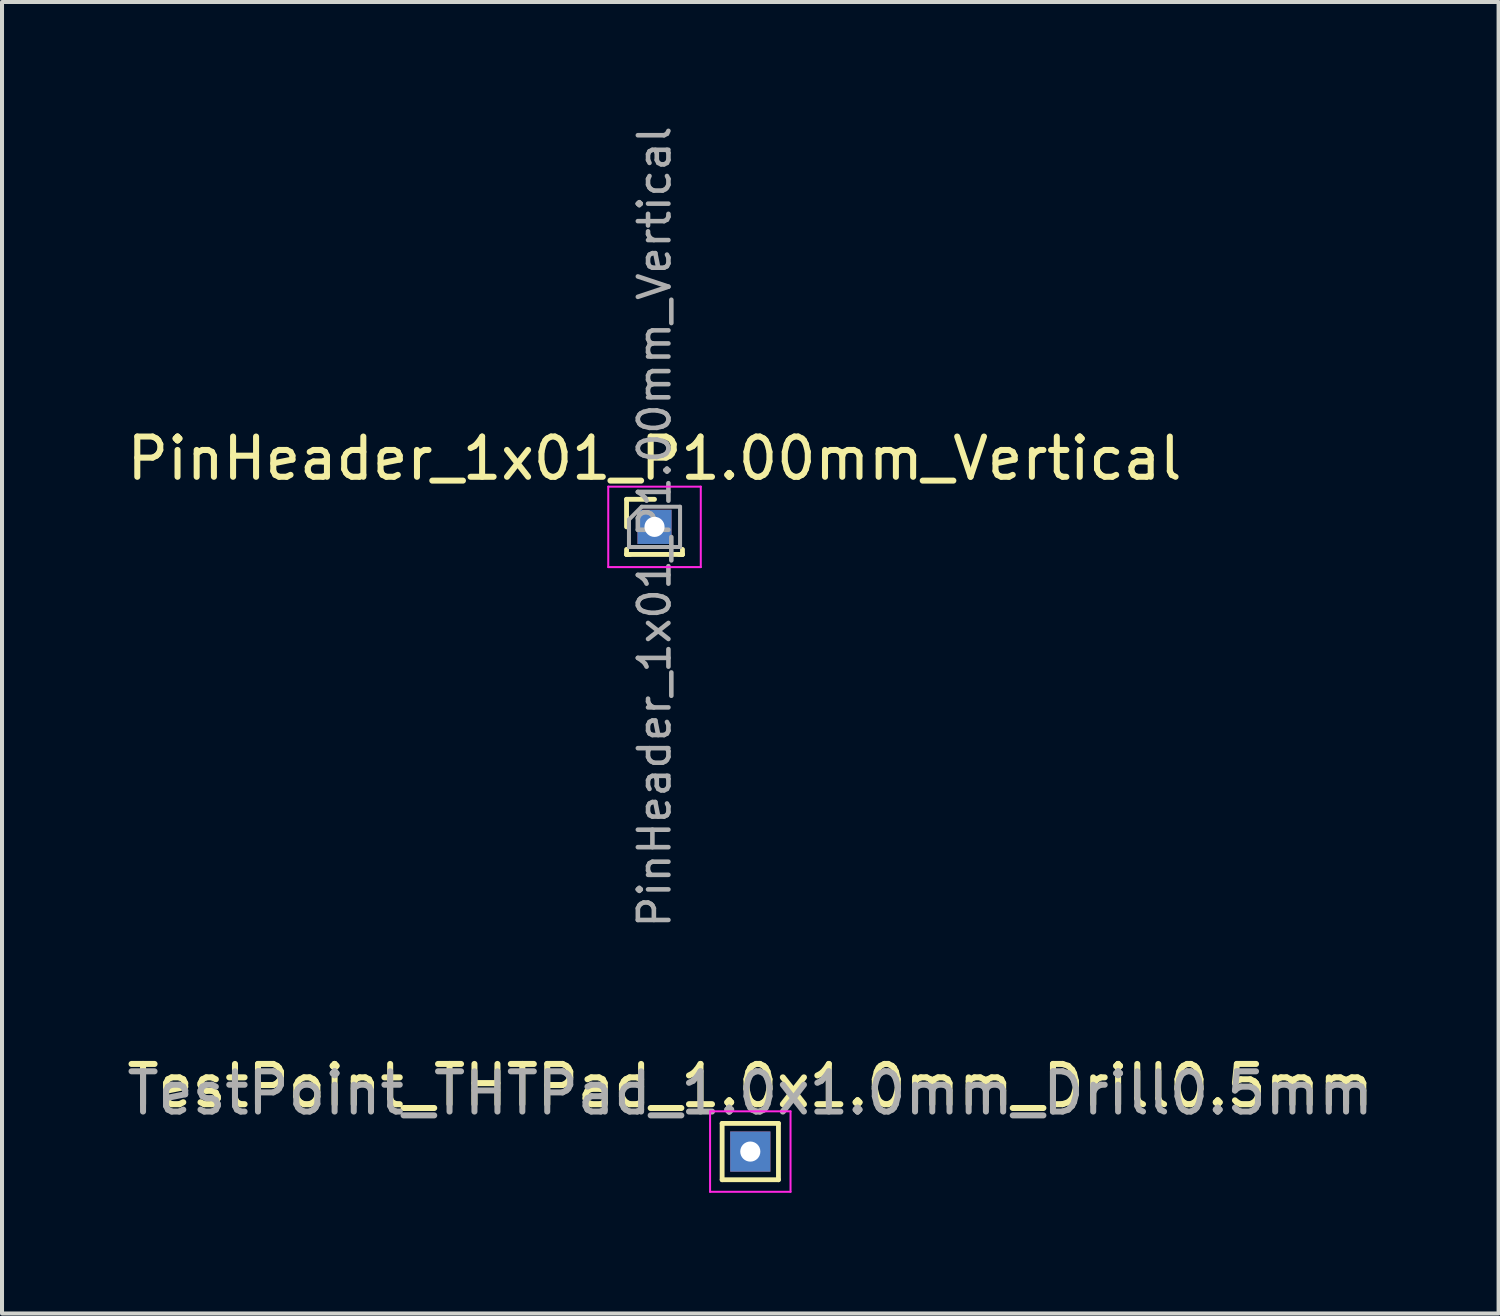
<source format=kicad_pcb>
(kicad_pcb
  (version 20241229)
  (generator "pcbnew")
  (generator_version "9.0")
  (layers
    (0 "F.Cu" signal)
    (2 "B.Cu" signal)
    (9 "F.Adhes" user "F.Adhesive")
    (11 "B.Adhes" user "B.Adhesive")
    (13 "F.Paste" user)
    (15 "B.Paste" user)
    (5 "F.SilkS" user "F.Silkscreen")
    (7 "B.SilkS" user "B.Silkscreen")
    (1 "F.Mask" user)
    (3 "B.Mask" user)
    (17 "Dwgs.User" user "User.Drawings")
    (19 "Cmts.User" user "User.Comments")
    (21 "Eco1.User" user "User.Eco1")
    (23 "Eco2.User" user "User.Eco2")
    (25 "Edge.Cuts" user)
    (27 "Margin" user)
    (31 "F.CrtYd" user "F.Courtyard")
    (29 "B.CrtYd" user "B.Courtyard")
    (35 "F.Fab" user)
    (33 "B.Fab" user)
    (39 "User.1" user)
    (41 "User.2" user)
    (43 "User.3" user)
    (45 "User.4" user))
  (footprint "PinHeader_1x01_P1.00mm_Vertical"
    (layer "F.Cu")
    (at 13.22 10.047)
    (property "Reference" "PinHeader_1x01_P1.00mm_Vertical" (at 0 -1.7 0) (layer "F.SilkS") (effects (font (size 1 1) (thickness 0.15))))
    (attr through_hole)
    (fp_line (start -0.695 -0.685) (end 0 -0.685) (stroke (width 0.12) (type solid)) (layer "F.SilkS"))
    (fp_line (start -0.695 0) (end -0.695 -0.685) (stroke (width 0.12) (type solid)) (layer "F.SilkS"))
    (fp_line (start -0.695 0.685) (end -0.695 0.56) (stroke (width 0.12) (type solid)) (layer "F.SilkS"))
    (fp_line (start -0.695 0.685) (end -0.608 0.685) (stroke (width 0.12) (type solid)) (layer "F.SilkS"))
    (fp_line (start -0.695 0.685) (end 0.695 0.685) (stroke (width 0.12) (type solid)) (layer "F.SilkS"))
    (fp_line (start 0.608 0.685) (end 0.695 0.685) (stroke (width 0.12) (type solid)) (layer "F.SilkS"))
    (fp_line (start 0.695 0.685) (end 0.695 0.56) (stroke (width 0.12) (type solid)) (layer "F.SilkS"))
    (fp_line (start -1.15 -1) (end -1.15 1) (stroke (width 0.05) (type solid)) (layer "F.CrtYd"))
    (fp_line (start -1.15 1) (end 1.15 1) (stroke (width 0.05) (type solid)) (layer "F.CrtYd"))
    (fp_line (start 1.15 -1) (end -1.15 -1) (stroke (width 0.05) (type solid)) (layer "F.CrtYd"))
    (fp_line (start 1.15 1) (end 1.15 -1) (stroke (width 0.05) (type solid)) (layer "F.CrtYd"))
    (fp_line (start -0.635 -0.182) (end -0.318 -0.5) (stroke (width 0.1) (type solid)) (layer "F.Fab"))
    (fp_line (start -0.635 0.5) (end -0.635 -0.182) (stroke (width 0.1) (type solid)) (layer "F.Fab"))
    (fp_line (start -0.318 -0.5) (end 0.635 -0.5) (stroke (width 0.1) (type solid)) (layer "F.Fab"))
    (fp_line (start 0.635 -0.5) (end 0.635 0.5) (stroke (width 0.1) (type solid)) (layer "F.Fab"))
    (fp_line (start 0.635 0.5) (end -0.635 0.5) (stroke (width 0.1) (type solid)) (layer "F.Fab"))
    (fp_text user "${REFERENCE}" (at 0 0 90) (layer "F.Fab") (effects (font (size 0.76 0.76) (thickness 0.114))))
    (pad "1" thru_hole rect (at 0 0) (size 0.85 0.85) (drill 0.5) (layers "*.Cu" "*.Mask")))
  (footprint "TestPoint_THTPad_1.0x1.0mm_Drill0.5mm"
    (layer "F.Cu")
    (at 15.601 25.576)
    (property "Reference" "TestPoint_THTPad_1.0x1.0mm_Drill0.5mm" (at 0 -1.633 0) (layer "F.SilkS") (effects (font (size 1 1) (thickness 0.15))))
    (attr exclude_from_pos_files)
    (fp_line (start -0.7 -0.7) (end 0.7 -0.7) (stroke (width 0.12) (type solid)) (layer "F.SilkS"))
    (fp_line (start -0.7 0.7) (end -0.7 -0.7) (stroke (width 0.12) (type solid)) (layer "F.SilkS"))
    (fp_line (start 0.7 -0.7) (end 0.7 0.7) (stroke (width 0.12) (type solid)) (layer "F.SilkS"))
    (fp_line (start 0.7 0.7) (end -0.7 0.7) (stroke (width 0.12) (type solid)) (layer "F.SilkS"))
    (fp_line (start -1 -1) (end -1 1) (stroke (width 0.05) (type solid)) (layer "F.CrtYd"))
    (fp_line (start -1 -1) (end 1 -1) (stroke (width 0.05) (type solid)) (layer "F.CrtYd"))
    (fp_line (start 1 1) (end -1 1) (stroke (width 0.05) (type solid)) (layer "F.CrtYd"))
    (fp_line (start 1 1) (end 1 -1) (stroke (width 0.05) (type solid)) (layer "F.CrtYd"))
    (fp_text user "${REFERENCE}" (at 0 -1.45 0) (layer "F.Fab") (effects (font (size 1 1) (thickness 0.15))))
    (pad "1" thru_hole rect (at 0 0) (size 1 1) (drill 0.5) (layers "*.Cu" "*.Mask")))
  (gr_rect
    (start -3 -3)
    (end 34.202 29.601)
    (stroke (width 0.1) (type default))
    (fill no)
    (layer "Edge.Cuts")))
</source>
